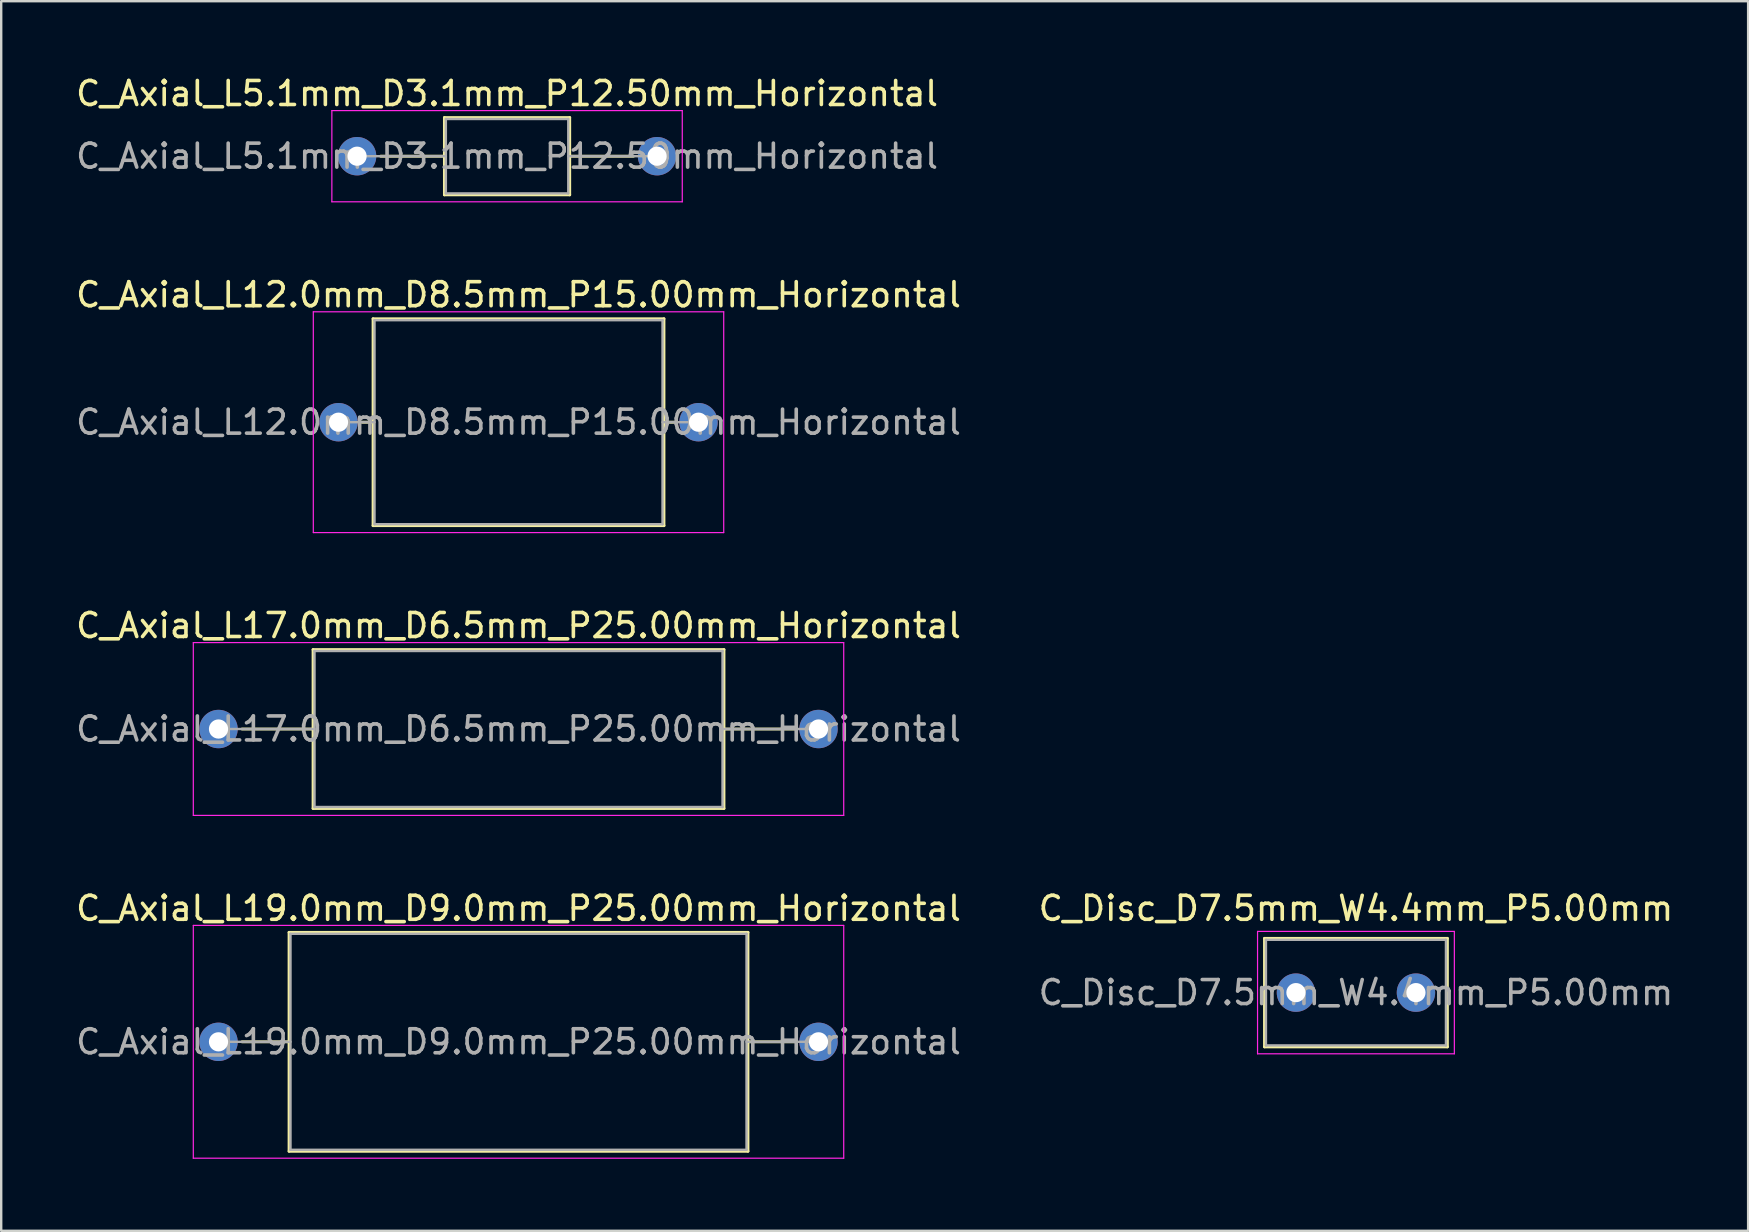
<source format=kicad_pcb>
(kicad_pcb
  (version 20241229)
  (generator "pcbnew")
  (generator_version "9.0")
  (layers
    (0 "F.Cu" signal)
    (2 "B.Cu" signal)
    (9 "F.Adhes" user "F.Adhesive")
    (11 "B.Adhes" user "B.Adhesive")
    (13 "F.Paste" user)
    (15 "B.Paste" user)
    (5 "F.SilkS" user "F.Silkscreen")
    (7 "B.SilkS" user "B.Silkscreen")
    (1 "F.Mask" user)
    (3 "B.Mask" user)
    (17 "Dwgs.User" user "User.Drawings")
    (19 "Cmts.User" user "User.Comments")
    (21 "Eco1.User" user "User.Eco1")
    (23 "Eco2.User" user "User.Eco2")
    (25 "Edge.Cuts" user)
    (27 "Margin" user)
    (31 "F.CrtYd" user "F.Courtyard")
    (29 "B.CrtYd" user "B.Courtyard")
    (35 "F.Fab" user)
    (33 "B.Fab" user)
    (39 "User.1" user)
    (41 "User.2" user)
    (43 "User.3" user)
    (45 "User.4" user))
  (footprint "C_Disc_D7.5mm_W4.4mm_P5.00mm"
    (layer "F.Cu")
    (at 50.946 38.308)
    (property "Reference" "C_Disc_D7.5mm_W4.4mm_P5.00mm" (at 2.5 -3.51 0) (layer "F.SilkS") (effects (font (size 1 1) (thickness 0.15))))
    (attr through_hole)
    (fp_line (start -1.31 -2.26) (end -1.31 2.26) (stroke (width 0.12) (type solid)) (layer "F.SilkS"))
    (fp_line (start -1.31 -2.26) (end 6.31 -2.26) (stroke (width 0.12) (type solid)) (layer "F.SilkS"))
    (fp_line (start -1.31 2.26) (end 6.31 2.26) (stroke (width 0.12) (type solid)) (layer "F.SilkS"))
    (fp_line (start 6.31 -2.26) (end 6.31 2.26) (stroke (width 0.12) (type solid)) (layer "F.SilkS"))
    (fp_line (start -1.6 -2.55) (end -1.6 2.55) (stroke (width 0.05) (type solid)) (layer "F.CrtYd"))
    (fp_line (start -1.6 2.55) (end 6.6 2.55) (stroke (width 0.05) (type solid)) (layer "F.CrtYd"))
    (fp_line (start 6.6 -2.55) (end -1.6 -2.55) (stroke (width 0.05) (type solid)) (layer "F.CrtYd"))
    (fp_line (start 6.6 2.55) (end 6.6 -2.55) (stroke (width 0.05) (type solid)) (layer "F.CrtYd"))
    (fp_line (start -1.25 -2.2) (end -1.25 2.2) (stroke (width 0.1) (type solid)) (layer "F.Fab"))
    (fp_line (start -1.25 2.2) (end 6.25 2.2) (stroke (width 0.1) (type solid)) (layer "F.Fab"))
    (fp_line (start 6.25 -2.2) (end -1.25 -2.2) (stroke (width 0.1) (type solid)) (layer "F.Fab"))
    (fp_line (start 6.25 2.2) (end 6.25 -2.2) (stroke (width 0.1) (type solid)) (layer "F.Fab"))
    (fp_text user "${REFERENCE}" (at 2.5 0 0) (layer "F.Fab") (effects (font (size 1 1) (thickness 0.15))))
    (pad "1" thru_hole circle (at 0 0) (size 1.6 1.6) (drill 0.8) (layers "*.Cu" "*.Mask"))
    (pad "2" thru_hole circle (at 5 0) (size 1.6 1.6) (drill 0.8) (layers "*.Cu" "*.Mask")))
  (footprint "C_Axial_L12.0mm_D8.5mm_P15.00mm_Horizontal"
    (layer "F.Cu")
    (at 11.054 14.541)
    (property "Reference" "C_Axial_L12.0mm_D8.5mm_P15.00mm_Horizontal" (at 7.5 -5.31 0) (layer "F.SilkS") (effects (font (size 1 1) (thickness 0.15))))
    (attr through_hole)
    (fp_line (start 0.98 0) (end 1.44 0) (stroke (width 0.12) (type solid)) (layer "F.SilkS"))
    (fp_line (start 1.44 -4.31) (end 1.44 4.31) (stroke (width 0.12) (type solid)) (layer "F.SilkS"))
    (fp_line (start 1.44 4.31) (end 13.56 4.31) (stroke (width 0.12) (type solid)) (layer "F.SilkS"))
    (fp_line (start 13.56 -4.31) (end 1.44 -4.31) (stroke (width 0.12) (type solid)) (layer "F.SilkS"))
    (fp_line (start 13.56 4.31) (end 13.56 -4.31) (stroke (width 0.12) (type solid)) (layer "F.SilkS"))
    (fp_line (start 14.02 0) (end 13.56 0) (stroke (width 0.12) (type solid)) (layer "F.SilkS"))
    (fp_line (start -1.05 -4.6) (end -1.05 4.6) (stroke (width 0.05) (type solid)) (layer "F.CrtYd"))
    (fp_line (start -1.05 4.6) (end 16.05 4.6) (stroke (width 0.05) (type solid)) (layer "F.CrtYd"))
    (fp_line (start 16.05 -4.6) (end -1.05 -4.6) (stroke (width 0.05) (type solid)) (layer "F.CrtYd"))
    (fp_line (start 16.05 4.6) (end 16.05 -4.6) (stroke (width 0.05) (type solid)) (layer "F.CrtYd"))
    (fp_line (start 0 0) (end 1.5 0) (stroke (width 0.1) (type solid)) (layer "F.Fab"))
    (fp_line (start 1.5 -4.25) (end 1.5 4.25) (stroke (width 0.1) (type solid)) (layer "F.Fab"))
    (fp_line (start 1.5 4.25) (end 13.5 4.25) (stroke (width 0.1) (type solid)) (layer "F.Fab"))
    (fp_line (start 13.5 -4.25) (end 1.5 -4.25) (stroke (width 0.1) (type solid)) (layer "F.Fab"))
    (fp_line (start 13.5 4.25) (end 13.5 -4.25) (stroke (width 0.1) (type solid)) (layer "F.Fab"))
    (fp_line (start 15 0) (end 13.5 0) (stroke (width 0.1) (type solid)) (layer "F.Fab"))
    (fp_text user "${REFERENCE}" (at 7.5 0 0) (layer "F.Fab") (effects (font (size 1 1) (thickness 0.15))))
    (pad "1" thru_hole circle (at 0 0) (size 1.6 1.6) (drill 0.8) (layers "*.Cu" "*.Mask"))
    (pad "2" thru_hole oval (at 15 0) (size 1.6 1.6) (drill 0.8) (layers "*.Cu" "*.Mask")))
  (footprint "C_Axial_L5.1mm_D3.1mm_P12.50mm_Horizontal"
    (layer "F.Cu")
    (at 11.827 3.458)
    (property "Reference" "C_Axial_L5.1mm_D3.1mm_P12.50mm_Horizontal" (at 6.25 -2.61 0) (layer "F.SilkS") (effects (font (size 1 1) (thickness 0.15))))
    (attr through_hole)
    (fp_line (start 0.98 0) (end 3.64 0) (stroke (width 0.12) (type solid)) (layer "F.SilkS"))
    (fp_line (start 3.64 -1.61) (end 3.64 1.61) (stroke (width 0.12) (type solid)) (layer "F.SilkS"))
    (fp_line (start 3.64 1.61) (end 8.86 1.61) (stroke (width 0.12) (type solid)) (layer "F.SilkS"))
    (fp_line (start 8.86 -1.61) (end 3.64 -1.61) (stroke (width 0.12) (type solid)) (layer "F.SilkS"))
    (fp_line (start 8.86 1.61) (end 8.86 -1.61) (stroke (width 0.12) (type solid)) (layer "F.SilkS"))
    (fp_line (start 11.52 0) (end 8.86 0) (stroke (width 0.12) (type solid)) (layer "F.SilkS"))
    (fp_line (start -1.05 -1.9) (end -1.05 1.9) (stroke (width 0.05) (type solid)) (layer "F.CrtYd"))
    (fp_line (start -1.05 1.9) (end 13.55 1.9) (stroke (width 0.05) (type solid)) (layer "F.CrtYd"))
    (fp_line (start 13.55 -1.9) (end -1.05 -1.9) (stroke (width 0.05) (type solid)) (layer "F.CrtYd"))
    (fp_line (start 13.55 1.9) (end 13.55 -1.9) (stroke (width 0.05) (type solid)) (layer "F.CrtYd"))
    (fp_line (start 0 0) (end 3.7 0) (stroke (width 0.1) (type solid)) (layer "F.Fab"))
    (fp_line (start 3.7 -1.55) (end 3.7 1.55) (stroke (width 0.1) (type solid)) (layer "F.Fab"))
    (fp_line (start 3.7 1.55) (end 8.8 1.55) (stroke (width 0.1) (type solid)) (layer "F.Fab"))
    (fp_line (start 8.8 -1.55) (end 3.7 -1.55) (stroke (width 0.1) (type solid)) (layer "F.Fab"))
    (fp_line (start 8.8 1.55) (end 8.8 -1.55) (stroke (width 0.1) (type solid)) (layer "F.Fab"))
    (fp_line (start 12.5 0) (end 8.8 0) (stroke (width 0.1) (type solid)) (layer "F.Fab"))
    (fp_text user "${REFERENCE}" (at 6.25 0 0) (layer "F.Fab") (effects (font (size 1 1) (thickness 0.15))))
    (pad "1" thru_hole circle (at 0 0) (size 1.6 1.6) (drill 0.8) (layers "*.Cu" "*.Mask"))
    (pad "2" thru_hole oval (at 12.5 0) (size 1.6 1.6) (drill 0.8) (layers "*.Cu" "*.Mask")))
  (footprint "C_Axial_L17.0mm_D6.5mm_P25.00mm_Horizontal"
    (layer "F.Cu")
    (at 6.054 27.325)
    (property "Reference" "C_Axial_L17.0mm_D6.5mm_P25.00mm_Horizontal" (at 12.5 -4.31 0) (layer "F.SilkS") (effects (font (size 1 1) (thickness 0.15))))
    (attr through_hole)
    (fp_line (start 0.98 0) (end 3.94 0) (stroke (width 0.12) (type solid)) (layer "F.SilkS"))
    (fp_line (start 3.94 -3.31) (end 3.94 3.31) (stroke (width 0.12) (type solid)) (layer "F.SilkS"))
    (fp_line (start 3.94 3.31) (end 21.06 3.31) (stroke (width 0.12) (type solid)) (layer "F.SilkS"))
    (fp_line (start 21.06 -3.31) (end 3.94 -3.31) (stroke (width 0.12) (type solid)) (layer "F.SilkS"))
    (fp_line (start 21.06 3.31) (end 21.06 -3.31) (stroke (width 0.12) (type solid)) (layer "F.SilkS"))
    (fp_line (start 24.02 0) (end 21.06 0) (stroke (width 0.12) (type solid)) (layer "F.SilkS"))
    (fp_line (start -1.05 -3.6) (end -1.05 3.6) (stroke (width 0.05) (type solid)) (layer "F.CrtYd"))
    (fp_line (start -1.05 3.6) (end 26.05 3.6) (stroke (width 0.05) (type solid)) (layer "F.CrtYd"))
    (fp_line (start 26.05 -3.6) (end -1.05 -3.6) (stroke (width 0.05) (type solid)) (layer "F.CrtYd"))
    (fp_line (start 26.05 3.6) (end 26.05 -3.6) (stroke (width 0.05) (type solid)) (layer "F.CrtYd"))
    (fp_line (start 0 0) (end 4 0) (stroke (width 0.1) (type solid)) (layer "F.Fab"))
    (fp_line (start 4 -3.25) (end 4 3.25) (stroke (width 0.1) (type solid)) (layer "F.Fab"))
    (fp_line (start 4 3.25) (end 21 3.25) (stroke (width 0.1) (type solid)) (layer "F.Fab"))
    (fp_line (start 21 -3.25) (end 4 -3.25) (stroke (width 0.1) (type solid)) (layer "F.Fab"))
    (fp_line (start 21 3.25) (end 21 -3.25) (stroke (width 0.1) (type solid)) (layer "F.Fab"))
    (fp_line (start 25 0) (end 21 0) (stroke (width 0.1) (type solid)) (layer "F.Fab"))
    (fp_text user "${REFERENCE}" (at 12.5 0 0) (layer "F.Fab") (effects (font (size 1 1) (thickness 0.15))))
    (pad "1" thru_hole circle (at 0 0) (size 1.6 1.6) (drill 0.8) (layers "*.Cu" "*.Mask"))
    (pad "2" thru_hole oval (at 25 0) (size 1.6 1.6) (drill 0.8) (layers "*.Cu" "*.Mask")))
  (footprint "C_Axial_L19.0mm_D9.0mm_P25.00mm_Horizontal"
    (layer "F.Cu")
    (at 6.054 40.358)
    (property "Reference" "C_Axial_L19.0mm_D9.0mm_P25.00mm_Horizontal" (at 12.5 -5.56 0) (layer "F.SilkS") (effects (font (size 1 1) (thickness 0.15))))
    (attr through_hole)
    (fp_line (start 0.98 0) (end 2.94 0) (stroke (width 0.12) (type solid)) (layer "F.SilkS"))
    (fp_line (start 2.94 -4.56) (end 2.94 4.56) (stroke (width 0.12) (type solid)) (layer "F.SilkS"))
    (fp_line (start 2.94 4.56) (end 22.06 4.56) (stroke (width 0.12) (type solid)) (layer "F.SilkS"))
    (fp_line (start 22.06 -4.56) (end 2.94 -4.56) (stroke (width 0.12) (type solid)) (layer "F.SilkS"))
    (fp_line (start 22.06 4.56) (end 22.06 -4.56) (stroke (width 0.12) (type solid)) (layer "F.SilkS"))
    (fp_line (start 24.02 0) (end 22.06 0) (stroke (width 0.12) (type solid)) (layer "F.SilkS"))
    (fp_line (start -1.05 -4.85) (end -1.05 4.85) (stroke (width 0.05) (type solid)) (layer "F.CrtYd"))
    (fp_line (start -1.05 4.85) (end 26.05 4.85) (stroke (width 0.05) (type solid)) (layer "F.CrtYd"))
    (fp_line (start 26.05 -4.85) (end -1.05 -4.85) (stroke (width 0.05) (type solid)) (layer "F.CrtYd"))
    (fp_line (start 26.05 4.85) (end 26.05 -4.85) (stroke (width 0.05) (type solid)) (layer "F.CrtYd"))
    (fp_line (start 0 0) (end 3 0) (stroke (width 0.1) (type solid)) (layer "F.Fab"))
    (fp_line (start 3 -4.5) (end 3 4.5) (stroke (width 0.1) (type solid)) (layer "F.Fab"))
    (fp_line (start 3 4.5) (end 22 4.5) (stroke (width 0.1) (type solid)) (layer "F.Fab"))
    (fp_line (start 22 -4.5) (end 3 -4.5) (stroke (width 0.1) (type solid)) (layer "F.Fab"))
    (fp_line (start 22 4.5) (end 22 -4.5) (stroke (width 0.1) (type solid)) (layer "F.Fab"))
    (fp_line (start 25 0) (end 22 0) (stroke (width 0.1) (type solid)) (layer "F.Fab"))
    (fp_text user "${REFERENCE}" (at 12.5 0 0) (layer "F.Fab") (effects (font (size 1 1) (thickness 0.15))))
    (pad "1" thru_hole circle (at 0 0) (size 1.6 1.6) (drill 0.8) (layers "*.Cu" "*.Mask"))
    (pad "2" thru_hole oval (at 25 0) (size 1.6 1.6) (drill 0.8) (layers "*.Cu" "*.Mask")))
  (gr_rect
    (start -3 -3)
    (end 69.786 48.233)
    (stroke (width 0.1) (type default))
    (fill no)
    (layer "Edge.Cuts")))
</source>
